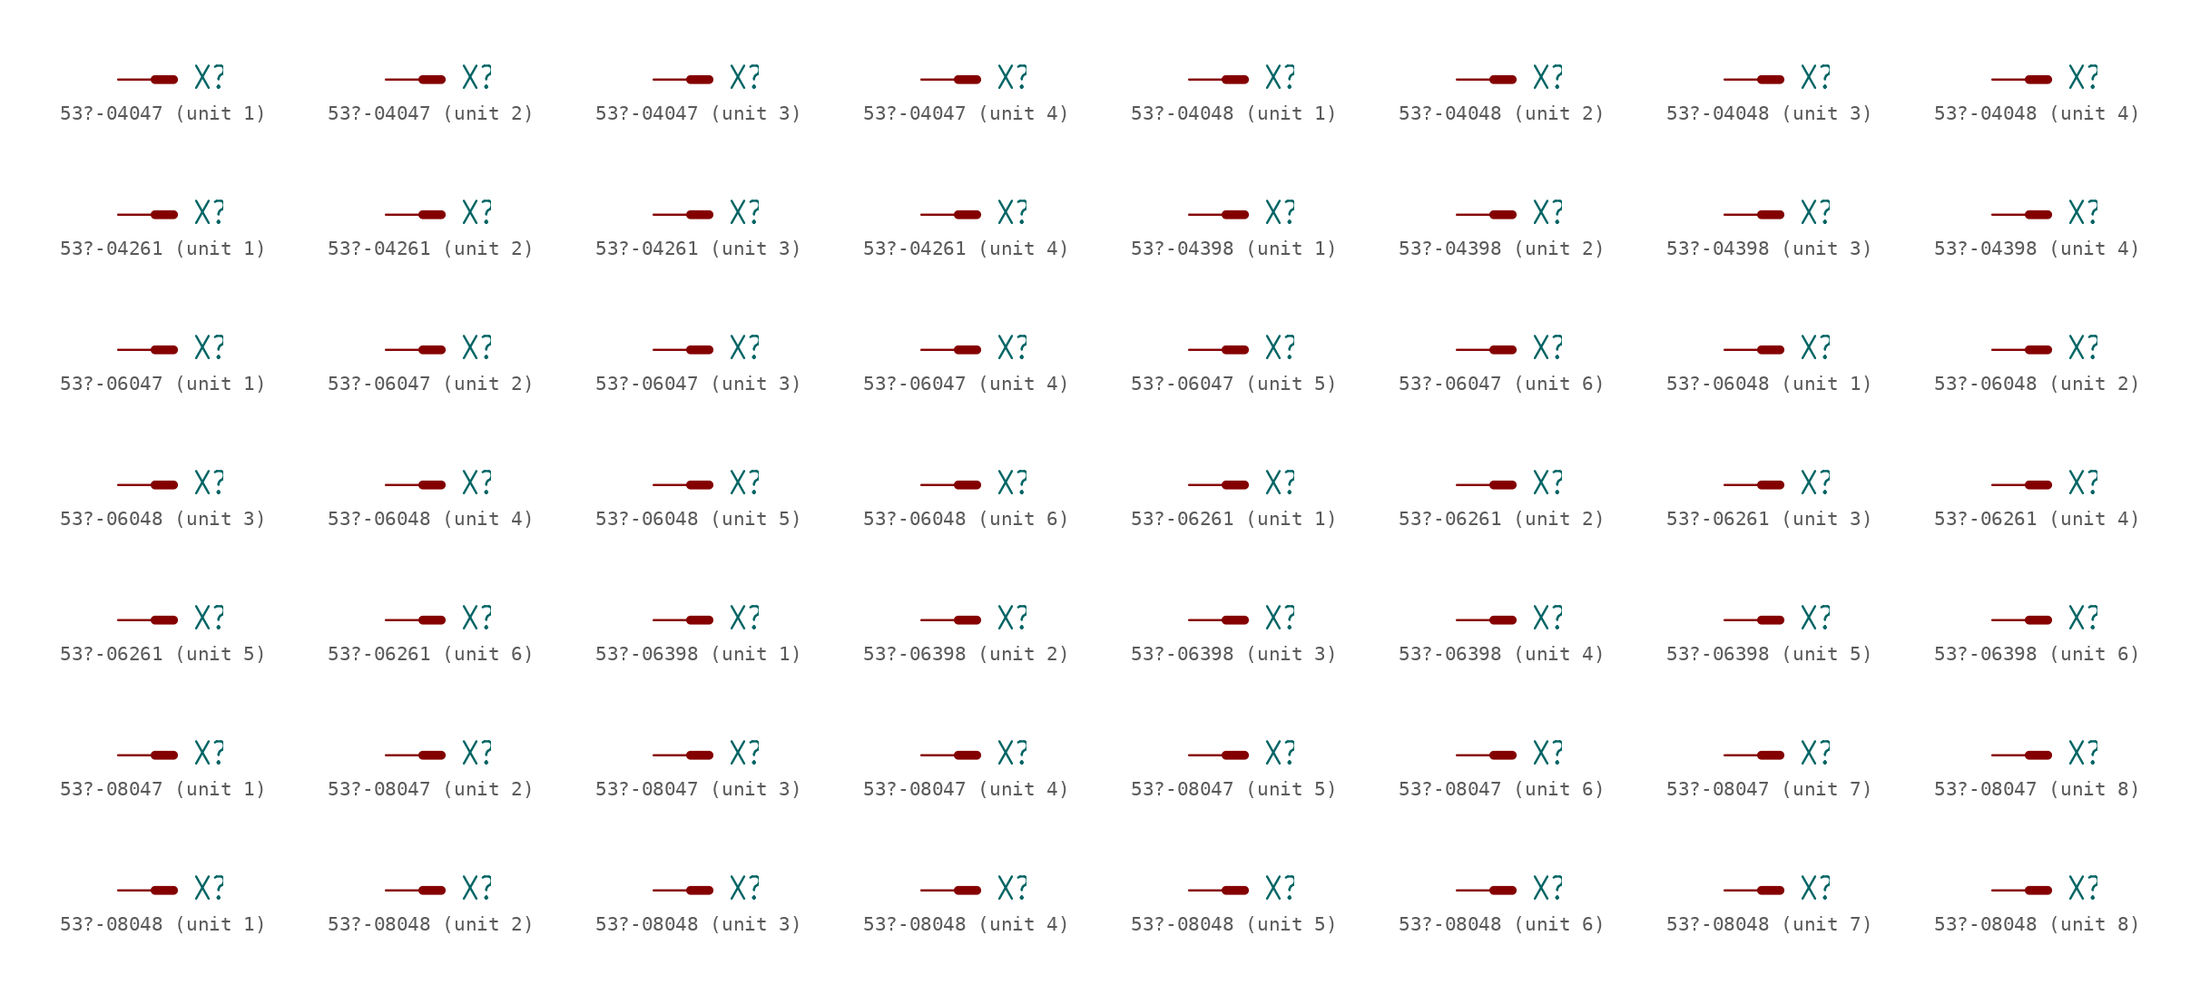
<source format=kicad_sym>
(kicad_symbol_lib
  (version 20211014)
  (generator kicad_symbol_editor)
  (symbol "53?-04047"
    (property "Reference" "X"
      (at 2.54 -0.762 0)
      (effects (font (size 1.524 1.295)) (justify left bottom)))
    (property "ki_locked" ""
      (at 0 0 0)
      (effects (font (size 1.27 1.27))))
    (symbol "53?-04047_1_0"
      (polyline (pts (xy 1.27 0) (xy 0 0)) (stroke (width 0.61) (type default) (color 0 0 0 0)) (fill (type none)))
      (pin passive line (at -2.54 0 0) (length 2.54) (name "S" (effects (font (size 0 0)))) (number "1" (effects (font (size 0 0))))))
    (symbol "53?-04047_2_0"
      (polyline (pts (xy 1.27 0) (xy 0 0)) (stroke (width 0.61) (type default) (color 0 0 0 0)) (fill (type none)))
      (pin passive line (at -2.54 0 0) (length 2.54) (name "S" (effects (font (size 0 0)))) (number "2" (effects (font (size 0 0))))))
    (symbol "53?-04047_3_0"
      (polyline (pts (xy 1.27 0) (xy 0 0)) (stroke (width 0.61) (type default) (color 0 0 0 0)) (fill (type none)))
      (pin passive line (at -2.54 0 0) (length 2.54) (name "S" (effects (font (size 0 0)))) (number "3" (effects (font (size 0 0))))))
    (symbol "53?-04047_4_0"
      (polyline (pts (xy 1.27 0) (xy 0 0)) (stroke (width 0.61) (type default) (color 0 0 0 0)) (fill (type none)))
      (pin passive line (at -2.54 0 0) (length 2.54) (name "S" (effects (font (size 0 0)))) (number "4" (effects (font (size 0 0)))))))
  (symbol "53?-04048"
    (property "Reference" "X"
      (at 2.54 -0.762 0)
      (effects (font (size 1.524 1.295)) (justify left bottom)))
    (property "ki_locked" ""
      (at 0 0 0)
      (effects (font (size 1.27 1.27))))
    (symbol "53?-04048_1_0"
      (polyline (pts (xy 1.27 0) (xy 0 0)) (stroke (width 0.61) (type default) (color 0 0 0 0)) (fill (type none)))
      (pin passive line (at -2.54 0 0) (length 2.54) (name "S" (effects (font (size 0 0)))) (number "1" (effects (font (size 0 0))))))
    (symbol "53?-04048_2_0"
      (polyline (pts (xy 1.27 0) (xy 0 0)) (stroke (width 0.61) (type default) (color 0 0 0 0)) (fill (type none)))
      (pin passive line (at -2.54 0 0) (length 2.54) (name "S" (effects (font (size 0 0)))) (number "2" (effects (font (size 0 0))))))
    (symbol "53?-04048_3_0"
      (polyline (pts (xy 1.27 0) (xy 0 0)) (stroke (width 0.61) (type default) (color 0 0 0 0)) (fill (type none)))
      (pin passive line (at -2.54 0 0) (length 2.54) (name "S" (effects (font (size 0 0)))) (number "3" (effects (font (size 0 0))))))
    (symbol "53?-04048_4_0"
      (polyline (pts (xy 1.27 0) (xy 0 0)) (stroke (width 0.61) (type default) (color 0 0 0 0)) (fill (type none)))
      (pin passive line (at -2.54 0 0) (length 2.54) (name "S" (effects (font (size 0 0)))) (number "4" (effects (font (size 0 0)))))))
  (symbol "53?-04261"
    (property "Reference" "X"
      (at 2.54 -0.762 0)
      (effects (font (size 1.524 1.295)) (justify left bottom)))
    (property "ki_locked" ""
      (at 0 0 0)
      (effects (font (size 1.27 1.27))))
    (symbol "53?-04261_1_0"
      (polyline (pts (xy 1.27 0) (xy 0 0)) (stroke (width 0.61) (type default) (color 0 0 0 0)) (fill (type none)))
      (pin passive line (at -2.54 0 0) (length 2.54) (name "S" (effects (font (size 0 0)))) (number "1" (effects (font (size 0 0))))))
    (symbol "53?-04261_2_0"
      (polyline (pts (xy 1.27 0) (xy 0 0)) (stroke (width 0.61) (type default) (color 0 0 0 0)) (fill (type none)))
      (pin passive line (at -2.54 0 0) (length 2.54) (name "S" (effects (font (size 0 0)))) (number "2" (effects (font (size 0 0))))))
    (symbol "53?-04261_3_0"
      (polyline (pts (xy 1.27 0) (xy 0 0)) (stroke (width 0.61) (type default) (color 0 0 0 0)) (fill (type none)))
      (pin passive line (at -2.54 0 0) (length 2.54) (name "S" (effects (font (size 0 0)))) (number "3" (effects (font (size 0 0))))))
    (symbol "53?-04261_4_0"
      (polyline (pts (xy 1.27 0) (xy 0 0)) (stroke (width 0.61) (type default) (color 0 0 0 0)) (fill (type none)))
      (pin passive line (at -2.54 0 0) (length 2.54) (name "S" (effects (font (size 0 0)))) (number "4" (effects (font (size 0 0)))))))
  (symbol "53?-04398"
    (property "Reference" "X"
      (at 2.54 -0.762 0)
      (effects (font (size 1.524 1.295)) (justify left bottom)))
    (property "ki_locked" ""
      (at 0 0 0)
      (effects (font (size 1.27 1.27))))
    (symbol "53?-04398_1_0"
      (polyline (pts (xy 1.27 0) (xy 0 0)) (stroke (width 0.61) (type default) (color 0 0 0 0)) (fill (type none)))
      (pin passive line (at -2.54 0 0) (length 2.54) (name "S" (effects (font (size 0 0)))) (number "1" (effects (font (size 0 0))))))
    (symbol "53?-04398_2_0"
      (polyline (pts (xy 1.27 0) (xy 0 0)) (stroke (width 0.61) (type default) (color 0 0 0 0)) (fill (type none)))
      (pin passive line (at -2.54 0 0) (length 2.54) (name "S" (effects (font (size 0 0)))) (number "2" (effects (font (size 0 0))))))
    (symbol "53?-04398_3_0"
      (polyline (pts (xy 1.27 0) (xy 0 0)) (stroke (width 0.61) (type default) (color 0 0 0 0)) (fill (type none)))
      (pin passive line (at -2.54 0 0) (length 2.54) (name "S" (effects (font (size 0 0)))) (number "3" (effects (font (size 0 0))))))
    (symbol "53?-04398_4_0"
      (polyline (pts (xy 1.27 0) (xy 0 0)) (stroke (width 0.61) (type default) (color 0 0 0 0)) (fill (type none)))
      (pin passive line (at -2.54 0 0) (length 2.54) (name "S" (effects (font (size 0 0)))) (number "4" (effects (font (size 0 0)))))))
  (symbol "53?-06047"
    (property "Reference" "X"
      (at 2.54 -0.762 0)
      (effects (font (size 1.524 1.295)) (justify left bottom)))
    (property "ki_locked" ""
      (at 0 0 0)
      (effects (font (size 1.27 1.27))))
    (symbol "53?-06047_1_0"
      (polyline (pts (xy 1.27 0) (xy 0 0)) (stroke (width 0.61) (type default) (color 0 0 0 0)) (fill (type none)))
      (pin passive line (at -2.54 0 0) (length 2.54) (name "S" (effects (font (size 0 0)))) (number "1" (effects (font (size 0 0))))))
    (symbol "53?-06047_2_0"
      (polyline (pts (xy 1.27 0) (xy 0 0)) (stroke (width 0.61) (type default) (color 0 0 0 0)) (fill (type none)))
      (pin passive line (at -2.54 0 0) (length 2.54) (name "S" (effects (font (size 0 0)))) (number "2" (effects (font (size 0 0))))))
    (symbol "53?-06047_3_0"
      (polyline (pts (xy 1.27 0) (xy 0 0)) (stroke (width 0.61) (type default) (color 0 0 0 0)) (fill (type none)))
      (pin passive line (at -2.54 0 0) (length 2.54) (name "S" (effects (font (size 0 0)))) (number "3" (effects (font (size 0 0))))))
    (symbol "53?-06047_4_0"
      (polyline (pts (xy 1.27 0) (xy 0 0)) (stroke (width 0.61) (type default) (color 0 0 0 0)) (fill (type none)))
      (pin passive line (at -2.54 0 0) (length 2.54) (name "S" (effects (font (size 0 0)))) (number "4" (effects (font (size 0 0))))))
    (symbol "53?-06047_5_0"
      (polyline (pts (xy 1.27 0) (xy 0 0)) (stroke (width 0.61) (type default) (color 0 0 0 0)) (fill (type none)))
      (pin passive line (at -2.54 0 0) (length 2.54) (name "S" (effects (font (size 0 0)))) (number "5" (effects (font (size 0 0))))))
    (symbol "53?-06047_6_0"
      (polyline (pts (xy 1.27 0) (xy 0 0)) (stroke (width 0.61) (type default) (color 0 0 0 0)) (fill (type none)))
      (pin passive line (at -2.54 0 0) (length 2.54) (name "S" (effects (font (size 0 0)))) (number "6" (effects (font (size 0 0)))))))
  (symbol "53?-06048"
    (property "Reference" "X"
      (at 2.54 -0.762 0)
      (effects (font (size 1.524 1.295)) (justify left bottom)))
    (property "ki_locked" ""
      (at 0 0 0)
      (effects (font (size 1.27 1.27))))
    (symbol "53?-06048_1_0"
      (polyline (pts (xy 1.27 0) (xy 0 0)) (stroke (width 0.61) (type default) (color 0 0 0 0)) (fill (type none)))
      (pin passive line (at -2.54 0 0) (length 2.54) (name "S" (effects (font (size 0 0)))) (number "1" (effects (font (size 0 0))))))
    (symbol "53?-06048_2_0"
      (polyline (pts (xy 1.27 0) (xy 0 0)) (stroke (width 0.61) (type default) (color 0 0 0 0)) (fill (type none)))
      (pin passive line (at -2.54 0 0) (length 2.54) (name "S" (effects (font (size 0 0)))) (number "2" (effects (font (size 0 0))))))
    (symbol "53?-06048_3_0"
      (polyline (pts (xy 1.27 0) (xy 0 0)) (stroke (width 0.61) (type default) (color 0 0 0 0)) (fill (type none)))
      (pin passive line (at -2.54 0 0) (length 2.54) (name "S" (effects (font (size 0 0)))) (number "3" (effects (font (size 0 0))))))
    (symbol "53?-06048_4_0"
      (polyline (pts (xy 1.27 0) (xy 0 0)) (stroke (width 0.61) (type default) (color 0 0 0 0)) (fill (type none)))
      (pin passive line (at -2.54 0 0) (length 2.54) (name "S" (effects (font (size 0 0)))) (number "4" (effects (font (size 0 0))))))
    (symbol "53?-06048_5_0"
      (polyline (pts (xy 1.27 0) (xy 0 0)) (stroke (width 0.61) (type default) (color 0 0 0 0)) (fill (type none)))
      (pin passive line (at -2.54 0 0) (length 2.54) (name "S" (effects (font (size 0 0)))) (number "5" (effects (font (size 0 0))))))
    (symbol "53?-06048_6_0"
      (polyline (pts (xy 1.27 0) (xy 0 0)) (stroke (width 0.61) (type default) (color 0 0 0 0)) (fill (type none)))
      (pin passive line (at -2.54 0 0) (length 2.54) (name "S" (effects (font (size 0 0)))) (number "6" (effects (font (size 0 0)))))))
  (symbol "53?-06261"
    (property "Reference" "X"
      (at 2.54 -0.762 0)
      (effects (font (size 1.524 1.295)) (justify left bottom)))
    (property "ki_locked" ""
      (at 0 0 0)
      (effects (font (size 1.27 1.27))))
    (symbol "53?-06261_1_0"
      (polyline (pts (xy 1.27 0) (xy 0 0)) (stroke (width 0.61) (type default) (color 0 0 0 0)) (fill (type none)))
      (pin passive line (at -2.54 0 0) (length 2.54) (name "S" (effects (font (size 0 0)))) (number "1" (effects (font (size 0 0))))))
    (symbol "53?-06261_2_0"
      (polyline (pts (xy 1.27 0) (xy 0 0)) (stroke (width 0.61) (type default) (color 0 0 0 0)) (fill (type none)))
      (pin passive line (at -2.54 0 0) (length 2.54) (name "S" (effects (font (size 0 0)))) (number "2" (effects (font (size 0 0))))))
    (symbol "53?-06261_3_0"
      (polyline (pts (xy 1.27 0) (xy 0 0)) (stroke (width 0.61) (type default) (color 0 0 0 0)) (fill (type none)))
      (pin passive line (at -2.54 0 0) (length 2.54) (name "S" (effects (font (size 0 0)))) (number "3" (effects (font (size 0 0))))))
    (symbol "53?-06261_4_0"
      (polyline (pts (xy 1.27 0) (xy 0 0)) (stroke (width 0.61) (type default) (color 0 0 0 0)) (fill (type none)))
      (pin passive line (at -2.54 0 0) (length 2.54) (name "S" (effects (font (size 0 0)))) (number "4" (effects (font (size 0 0))))))
    (symbol "53?-06261_5_0"
      (polyline (pts (xy 1.27 0) (xy 0 0)) (stroke (width 0.61) (type default) (color 0 0 0 0)) (fill (type none)))
      (pin passive line (at -2.54 0 0) (length 2.54) (name "S" (effects (font (size 0 0)))) (number "5" (effects (font (size 0 0))))))
    (symbol "53?-06261_6_0"
      (polyline (pts (xy 1.27 0) (xy 0 0)) (stroke (width 0.61) (type default) (color 0 0 0 0)) (fill (type none)))
      (pin passive line (at -2.54 0 0) (length 2.54) (name "S" (effects (font (size 0 0)))) (number "6" (effects (font (size 0 0)))))))
  (symbol "53?-06398"
    (property "Reference" "X"
      (at 2.54 -0.762 0)
      (effects (font (size 1.524 1.295)) (justify left bottom)))
    (property "ki_locked" ""
      (at 0 0 0)
      (effects (font (size 1.27 1.27))))
    (symbol "53?-06398_1_0"
      (polyline (pts (xy 1.27 0) (xy 0 0)) (stroke (width 0.61) (type default) (color 0 0 0 0)) (fill (type none)))
      (pin passive line (at -2.54 0 0) (length 2.54) (name "S" (effects (font (size 0 0)))) (number "1" (effects (font (size 0 0))))))
    (symbol "53?-06398_2_0"
      (polyline (pts (xy 1.27 0) (xy 0 0)) (stroke (width 0.61) (type default) (color 0 0 0 0)) (fill (type none)))
      (pin passive line (at -2.54 0 0) (length 2.54) (name "S" (effects (font (size 0 0)))) (number "2" (effects (font (size 0 0))))))
    (symbol "53?-06398_3_0"
      (polyline (pts (xy 1.27 0) (xy 0 0)) (stroke (width 0.61) (type default) (color 0 0 0 0)) (fill (type none)))
      (pin passive line (at -2.54 0 0) (length 2.54) (name "S" (effects (font (size 0 0)))) (number "3" (effects (font (size 0 0))))))
    (symbol "53?-06398_4_0"
      (polyline (pts (xy 1.27 0) (xy 0 0)) (stroke (width 0.61) (type default) (color 0 0 0 0)) (fill (type none)))
      (pin passive line (at -2.54 0 0) (length 2.54) (name "S" (effects (font (size 0 0)))) (number "4" (effects (font (size 0 0))))))
    (symbol "53?-06398_5_0"
      (polyline (pts (xy 1.27 0) (xy 0 0)) (stroke (width 0.61) (type default) (color 0 0 0 0)) (fill (type none)))
      (pin passive line (at -2.54 0 0) (length 2.54) (name "S" (effects (font (size 0 0)))) (number "5" (effects (font (size 0 0))))))
    (symbol "53?-06398_6_0"
      (polyline (pts (xy 1.27 0) (xy 0 0)) (stroke (width 0.61) (type default) (color 0 0 0 0)) (fill (type none)))
      (pin passive line (at -2.54 0 0) (length 2.54) (name "S" (effects (font (size 0 0)))) (number "6" (effects (font (size 0 0)))))))
  (symbol "53?-08047"
    (property "Reference" "X"
      (at 2.54 -0.762 0)
      (effects (font (size 1.524 1.295)) (justify left bottom)))
    (property "ki_locked" ""
      (at 0 0 0)
      (effects (font (size 1.27 1.27))))
    (symbol "53?-08047_1_0"
      (polyline (pts (xy 1.27 0) (xy 0 0)) (stroke (width 0.61) (type default) (color 0 0 0 0)) (fill (type none)))
      (pin passive line (at -2.54 0 0) (length 2.54) (name "S" (effects (font (size 0 0)))) (number "1" (effects (font (size 0 0))))))
    (symbol "53?-08047_2_0"
      (polyline (pts (xy 1.27 0) (xy 0 0)) (stroke (width 0.61) (type default) (color 0 0 0 0)) (fill (type none)))
      (pin passive line (at -2.54 0 0) (length 2.54) (name "S" (effects (font (size 0 0)))) (number "2" (effects (font (size 0 0))))))
    (symbol "53?-08047_3_0"
      (polyline (pts (xy 1.27 0) (xy 0 0)) (stroke (width 0.61) (type default) (color 0 0 0 0)) (fill (type none)))
      (pin passive line (at -2.54 0 0) (length 2.54) (name "S" (effects (font (size 0 0)))) (number "3" (effects (font (size 0 0))))))
    (symbol "53?-08047_4_0"
      (polyline (pts (xy 1.27 0) (xy 0 0)) (stroke (width 0.61) (type default) (color 0 0 0 0)) (fill (type none)))
      (pin passive line (at -2.54 0 0) (length 2.54) (name "S" (effects (font (size 0 0)))) (number "4" (effects (font (size 0 0))))))
    (symbol "53?-08047_5_0"
      (polyline (pts (xy 1.27 0) (xy 0 0)) (stroke (width 0.61) (type default) (color 0 0 0 0)) (fill (type none)))
      (pin passive line (at -2.54 0 0) (length 2.54) (name "S" (effects (font (size 0 0)))) (number "5" (effects (font (size 0 0))))))
    (symbol "53?-08047_6_0"
      (polyline (pts (xy 1.27 0) (xy 0 0)) (stroke (width 0.61) (type default) (color 0 0 0 0)) (fill (type none)))
      (pin passive line (at -2.54 0 0) (length 2.54) (name "S" (effects (font (size 0 0)))) (number "6" (effects (font (size 0 0))))))
    (symbol "53?-08047_7_0"
      (polyline (pts (xy 1.27 0) (xy 0 0)) (stroke (width 0.61) (type default) (color 0 0 0 0)) (fill (type none)))
      (pin passive line (at -2.54 0 0) (length 2.54) (name "S" (effects (font (size 0 0)))) (number "7" (effects (font (size 0 0))))))
    (symbol "53?-08047_8_0"
      (polyline (pts (xy 1.27 0) (xy 0 0)) (stroke (width 0.61) (type default) (color 0 0 0 0)) (fill (type none)))
      (pin passive line (at -2.54 0 0) (length 2.54) (name "S" (effects (font (size 0 0)))) (number "8" (effects (font (size 0 0)))))))
  (symbol "53?-08048"
    (property "Reference" "X"
      (at 2.54 -0.762 0)
      (effects (font (size 1.524 1.295)) (justify left bottom)))
    (property "ki_locked" ""
      (at 0 0 0)
      (effects (font (size 1.27 1.27))))
    (symbol "53?-08048_1_0"
      (polyline (pts (xy 1.27 0) (xy 0 0)) (stroke (width 0.61) (type default) (color 0 0 0 0)) (fill (type none)))
      (pin passive line (at -2.54 0 0) (length 2.54) (name "S" (effects (font (size 0 0)))) (number "1" (effects (font (size 0 0))))))
    (symbol "53?-08048_2_0"
      (polyline (pts (xy 1.27 0) (xy 0 0)) (stroke (width 0.61) (type default) (color 0 0 0 0)) (fill (type none)))
      (pin passive line (at -2.54 0 0) (length 2.54) (name "S" (effects (font (size 0 0)))) (number "2" (effects (font (size 0 0))))))
    (symbol "53?-08048_3_0"
      (polyline (pts (xy 1.27 0) (xy 0 0)) (stroke (width 0.61) (type default) (color 0 0 0 0)) (fill (type none)))
      (pin passive line (at -2.54 0 0) (length 2.54) (name "S" (effects (font (size 0 0)))) (number "3" (effects (font (size 0 0))))))
    (symbol "53?-08048_4_0"
      (polyline (pts (xy 1.27 0) (xy 0 0)) (stroke (width 0.61) (type default) (color 0 0 0 0)) (fill (type none)))
      (pin passive line (at -2.54 0 0) (length 2.54) (name "S" (effects (font (size 0 0)))) (number "4" (effects (font (size 0 0))))))
    (symbol "53?-08048_5_0"
      (polyline (pts (xy 1.27 0) (xy 0 0)) (stroke (width 0.61) (type default) (color 0 0 0 0)) (fill (type none)))
      (pin passive line (at -2.54 0 0) (length 2.54) (name "S" (effects (font (size 0 0)))) (number "5" (effects (font (size 0 0))))))
    (symbol "53?-08048_6_0"
      (polyline (pts (xy 1.27 0) (xy 0 0)) (stroke (width 0.61) (type default) (color 0 0 0 0)) (fill (type none)))
      (pin passive line (at -2.54 0 0) (length 2.54) (name "S" (effects (font (size 0 0)))) (number "6" (effects (font (size 0 0))))))
    (symbol "53?-08048_7_0"
      (polyline (pts (xy 1.27 0) (xy 0 0)) (stroke (width 0.61) (type default) (color 0 0 0 0)) (fill (type none)))
      (pin passive line (at -2.54 0 0) (length 2.54) (name "S" (effects (font (size 0 0)))) (number "7" (effects (font (size 0 0))))))
    (symbol "53?-08048_8_0"
      (polyline (pts (xy 1.27 0) (xy 0 0)) (stroke (width 0.61) (type default) (color 0 0 0 0)) (fill (type none)))
      (pin passive line (at -2.54 0 0) (length 2.54) (name "S" (effects (font (size 0 0)))) (number "8" (effects (font (size 0 0))))))))
</source>
